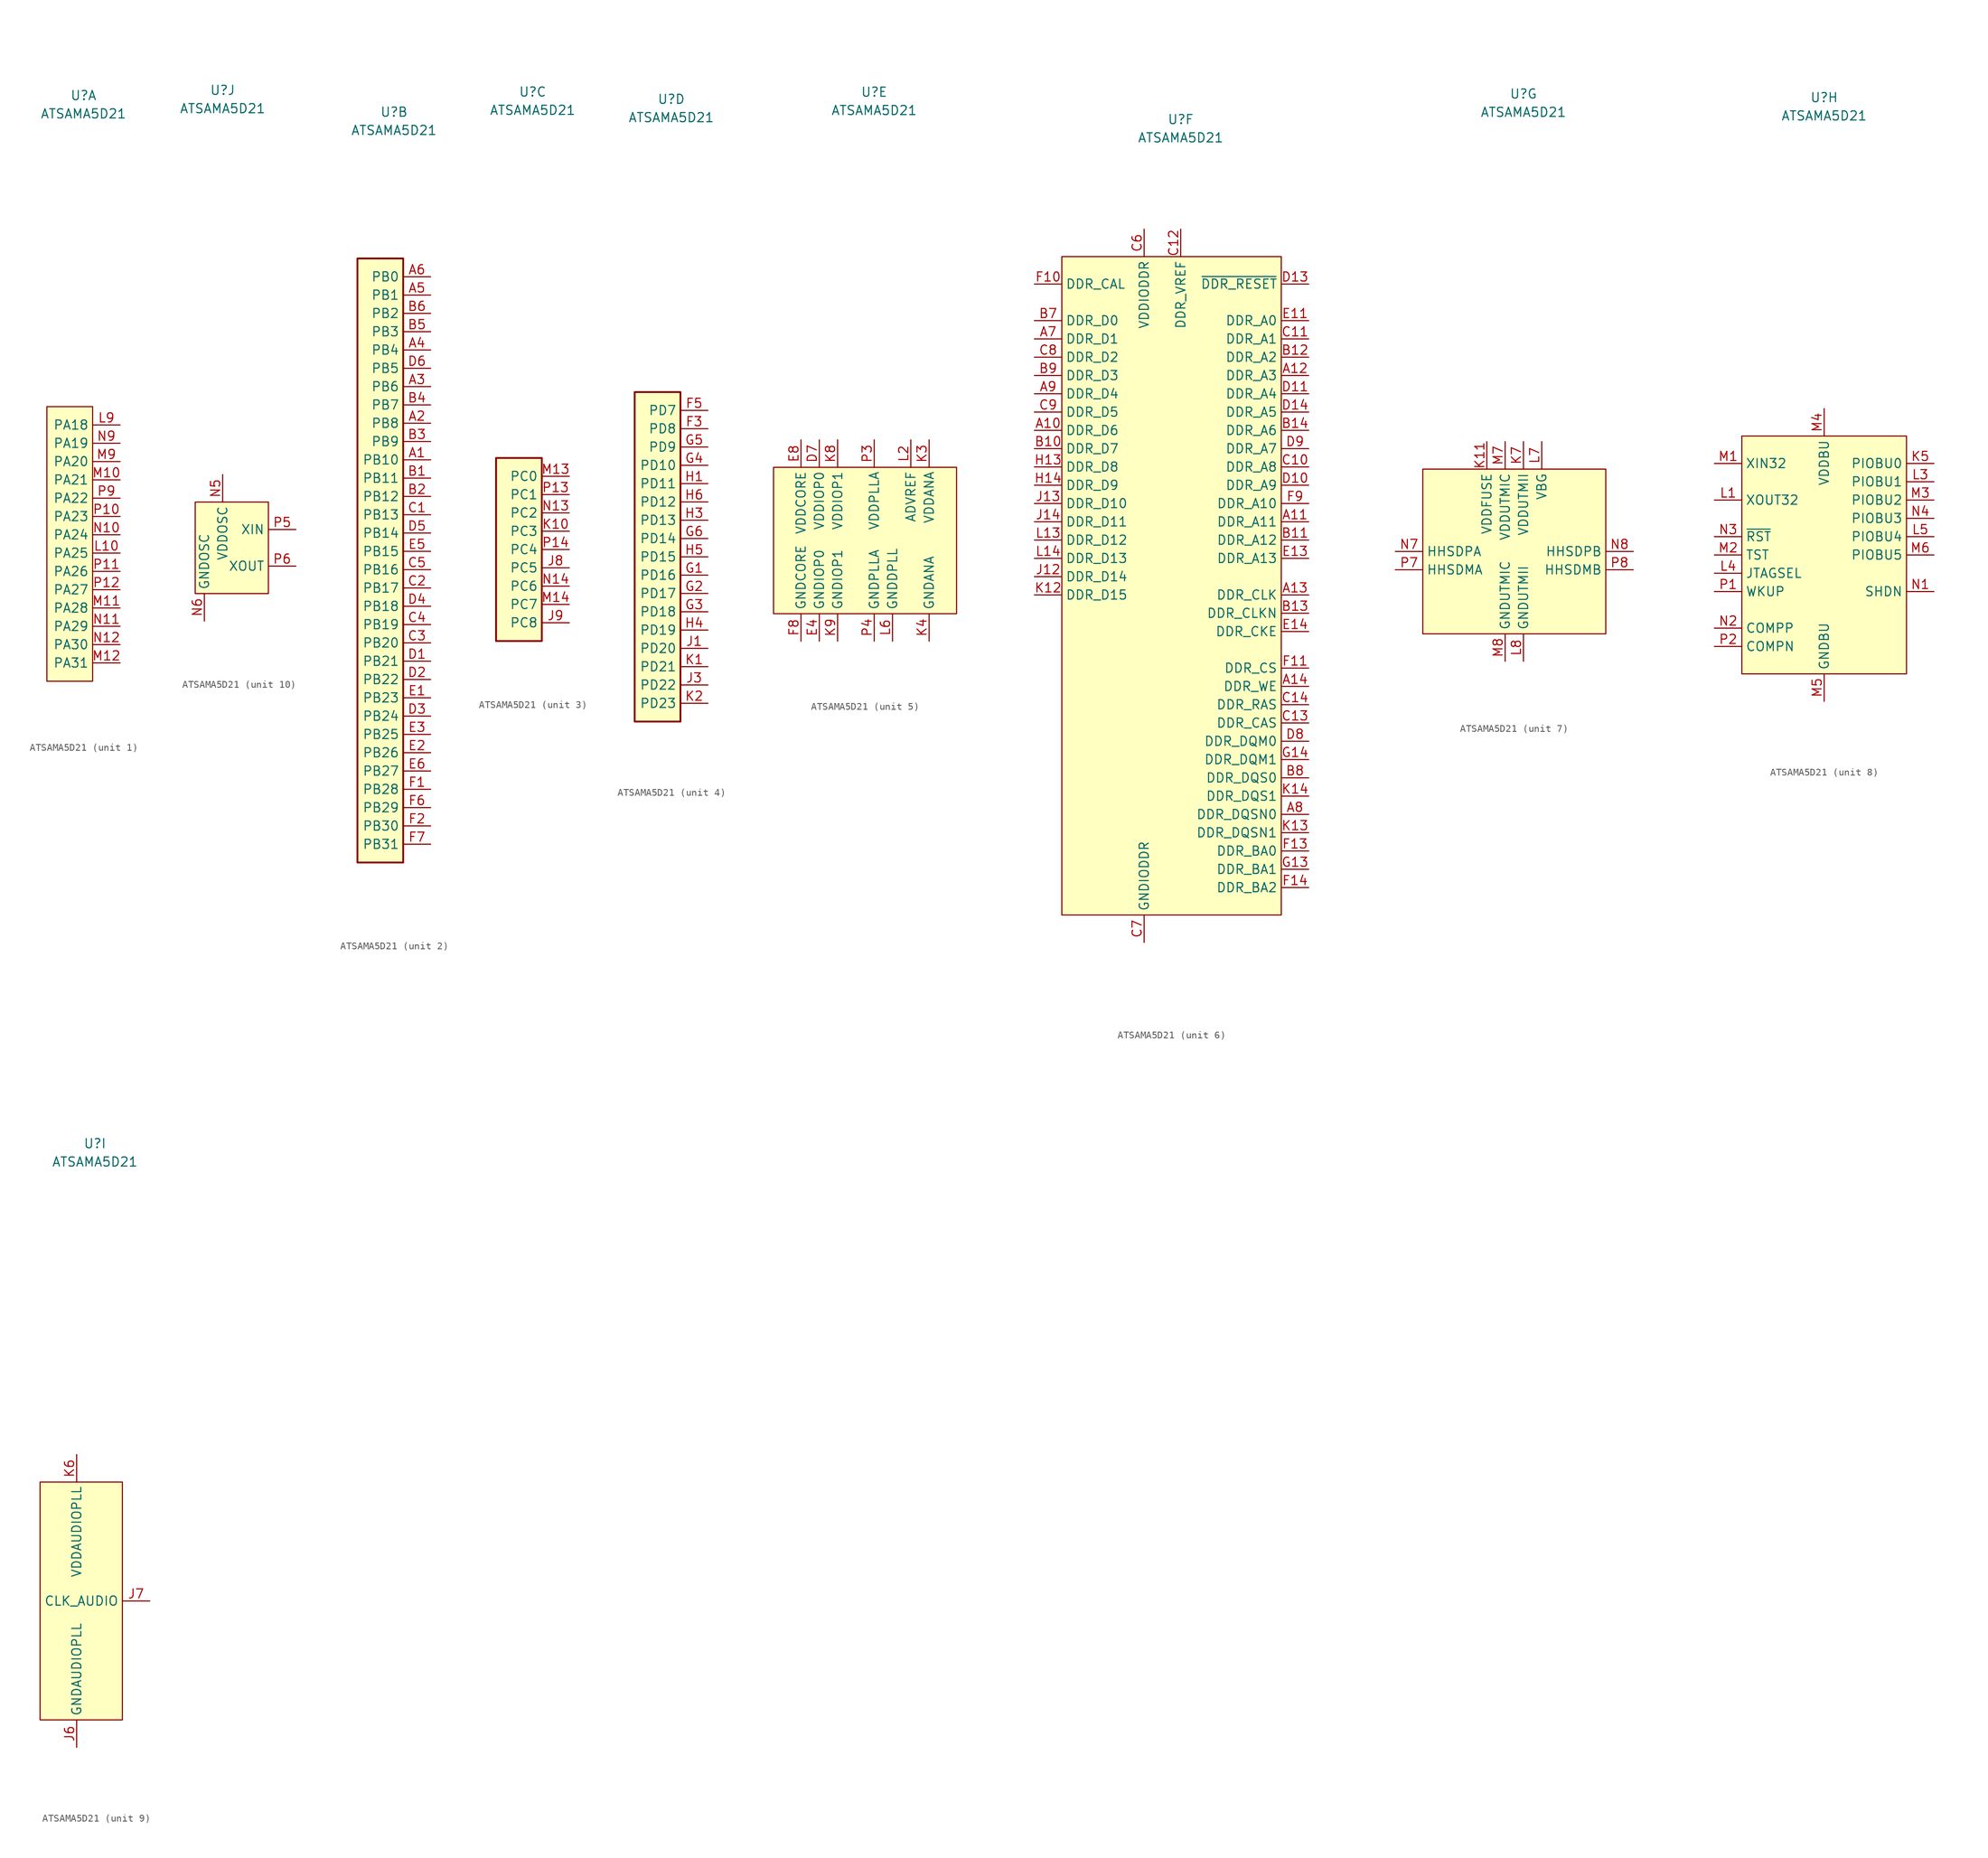
<source format=kicad_sym>
(kicad_symbol_lib
  (version 20201005)
  (generator kicad_symbol_editor)
  (symbol "MCU_Microchip_SAMA:ATSAMA5D21"
    (property "Reference" "U"
      (at 0 63.5 0)
      (effects (font (size 1.27 1.27))))
    (property "Value" "ATSAMA5D21"
      (at 0 60.96 0)
      (effects (font (size 1.27 1.27))))
    (property "ki_locked" ""
      (at 0 0 0)
      (effects (font (size 1.27 1.27))))
    (symbol "ATSAMA5D21_1_1"
      (rectangle (start 1.27 20.32) (end -5.08 -17.78) (stroke (width 0)) (fill (type background)))
      (pin bidirectional line (at 5.08 0 180) (length 3.81) (name "PA25" (effects (font (size 1.27 1.27)))) (number "L10" (effects (font (size 1.27 1.27)))))
      (pin bidirectional line (at 5.08 17.78 180) (length 3.81) (name "PA18" (effects (font (size 1.27 1.27)))) (number "L9" (effects (font (size 1.27 1.27)))))
      (pin bidirectional line (at 5.08 10.16 180) (length 3.81) (name "PA21" (effects (font (size 1.27 1.27)))) (number "M10" (effects (font (size 1.27 1.27)))))
      (pin bidirectional line (at 5.08 -7.62 180) (length 3.81) (name "PA28" (effects (font (size 1.27 1.27)))) (number "M11" (effects (font (size 1.27 1.27)))))
      (pin bidirectional line (at 5.08 -15.24 180) (length 3.81) (name "PA31" (effects (font (size 1.27 1.27)))) (number "M12" (effects (font (size 1.27 1.27)))))
      (pin bidirectional line (at 5.08 12.7 180) (length 3.81) (name "PA20" (effects (font (size 1.27 1.27)))) (number "M9" (effects (font (size 1.27 1.27)))))
      (pin bidirectional line (at 5.08 2.54 180) (length 3.81) (name "PA24" (effects (font (size 1.27 1.27)))) (number "N10" (effects (font (size 1.27 1.27)))))
      (pin bidirectional line (at 5.08 -10.16 180) (length 3.81) (name "PA29" (effects (font (size 1.27 1.27)))) (number "N11" (effects (font (size 1.27 1.27)))))
      (pin bidirectional line (at 5.08 -12.7 180) (length 3.81) (name "PA30" (effects (font (size 1.27 1.27)))) (number "N12" (effects (font (size 1.27 1.27)))))
      (pin bidirectional line (at 5.08 15.24 180) (length 3.81) (name "PA19" (effects (font (size 1.27 1.27)))) (number "N9" (effects (font (size 1.27 1.27)))))
      (pin bidirectional line (at 5.08 5.08 180) (length 3.81) (name "PA23" (effects (font (size 1.27 1.27)))) (number "P10" (effects (font (size 1.27 1.27)))))
      (pin bidirectional line (at 5.08 -2.54 180) (length 3.81) (name "PA26" (effects (font (size 1.27 1.27)))) (number "P11" (effects (font (size 1.27 1.27)))))
      (pin bidirectional line (at 5.08 -5.08 180) (length 3.81) (name "PA27" (effects (font (size 1.27 1.27)))) (number "P12" (effects (font (size 1.27 1.27)))))
      (pin bidirectional line (at 5.08 7.62 180) (length 3.81) (name "PA22" (effects (font (size 1.27 1.27)))) (number "P9" (effects (font (size 1.27 1.27))))))
    (symbol "ATSAMA5D21_2_1"
      (rectangle (start -5.08 43.18) (end 1.27 -40.64) (stroke (width 0.254)) (fill (type background)))
      (pin bidirectional line (at 5.08 15.24 180) (length 3.81) (name "PB10" (effects (font (size 1.27 1.27)))) (number "A1" (effects (font (size 1.27 1.27)))))
      (pin bidirectional line (at 5.08 20.32 180) (length 3.81) (name "PB8" (effects (font (size 1.27 1.27)))) (number "A2" (effects (font (size 1.27 1.27)))))
      (pin bidirectional line (at 5.08 25.4 180) (length 3.81) (name "PB6" (effects (font (size 1.27 1.27)))) (number "A3" (effects (font (size 1.27 1.27)))))
      (pin bidirectional line (at 5.08 30.48 180) (length 3.81) (name "PB4" (effects (font (size 1.27 1.27)))) (number "A4" (effects (font (size 1.27 1.27)))))
      (pin bidirectional line (at 5.08 38.1 180) (length 3.81) (name "PB1" (effects (font (size 1.27 1.27)))) (number "A5" (effects (font (size 1.27 1.27)))))
      (pin bidirectional line (at 5.08 40.64 180) (length 3.81) (name "PB0" (effects (font (size 1.27 1.27)))) (number "A6" (effects (font (size 1.27 1.27)))))
      (pin bidirectional line (at 5.08 12.7 180) (length 3.81) (name "PB11" (effects (font (size 1.27 1.27)))) (number "B1" (effects (font (size 1.27 1.27)))))
      (pin bidirectional line (at 5.08 10.16 180) (length 3.81) (name "PB12" (effects (font (size 1.27 1.27)))) (number "B2" (effects (font (size 1.27 1.27)))))
      (pin bidirectional line (at 5.08 17.78 180) (length 3.81) (name "PB9" (effects (font (size 1.27 1.27)))) (number "B3" (effects (font (size 1.27 1.27)))))
      (pin bidirectional line (at 5.08 22.86 180) (length 3.81) (name "PB7" (effects (font (size 1.27 1.27)))) (number "B4" (effects (font (size 1.27 1.27)))))
      (pin bidirectional line (at 5.08 33.02 180) (length 3.81) (name "PB3" (effects (font (size 1.27 1.27)))) (number "B5" (effects (font (size 1.27 1.27)))))
      (pin bidirectional line (at 5.08 35.56 180) (length 3.81) (name "PB2" (effects (font (size 1.27 1.27)))) (number "B6" (effects (font (size 1.27 1.27)))))
      (pin bidirectional line (at 5.08 7.62 180) (length 3.81) (name "PB13" (effects (font (size 1.27 1.27)))) (number "C1" (effects (font (size 1.27 1.27)))))
      (pin bidirectional line (at 5.08 -2.54 180) (length 3.81) (name "PB17" (effects (font (size 1.27 1.27)))) (number "C2" (effects (font (size 1.27 1.27)))))
      (pin bidirectional line (at 5.08 -10.16 180) (length 3.81) (name "PB20" (effects (font (size 1.27 1.27)))) (number "C3" (effects (font (size 1.27 1.27)))))
      (pin bidirectional line (at 5.08 -7.62 180) (length 3.81) (name "PB19" (effects (font (size 1.27 1.27)))) (number "C4" (effects (font (size 1.27 1.27)))))
      (pin bidirectional line (at 5.08 0 180) (length 3.81) (name "PB16" (effects (font (size 1.27 1.27)))) (number "C5" (effects (font (size 1.27 1.27)))))
      (pin bidirectional line (at 5.08 -12.7 180) (length 3.81) (name "PB21" (effects (font (size 1.27 1.27)))) (number "D1" (effects (font (size 1.27 1.27)))))
      (pin bidirectional line (at 5.08 -15.24 180) (length 3.81) (name "PB22" (effects (font (size 1.27 1.27)))) (number "D2" (effects (font (size 1.27 1.27)))))
      (pin bidirectional line (at 5.08 -20.32 180) (length 3.81) (name "PB24" (effects (font (size 1.27 1.27)))) (number "D3" (effects (font (size 1.27 1.27)))))
      (pin bidirectional line (at 5.08 -5.08 180) (length 3.81) (name "PB18" (effects (font (size 1.27 1.27)))) (number "D4" (effects (font (size 1.27 1.27)))))
      (pin bidirectional line (at 5.08 5.08 180) (length 3.81) (name "PB14" (effects (font (size 1.27 1.27)))) (number "D5" (effects (font (size 1.27 1.27)))))
      (pin bidirectional line (at 5.08 27.94 180) (length 3.81) (name "PB5" (effects (font (size 1.27 1.27)))) (number "D6" (effects (font (size 1.27 1.27)))))
      (pin bidirectional line (at 5.08 -17.78 180) (length 3.81) (name "PB23" (effects (font (size 1.27 1.27)))) (number "E1" (effects (font (size 1.27 1.27)))))
      (pin bidirectional line (at 5.08 -25.4 180) (length 3.81) (name "PB26" (effects (font (size 1.27 1.27)))) (number "E2" (effects (font (size 1.27 1.27)))))
      (pin bidirectional line (at 5.08 -22.86 180) (length 3.81) (name "PB25" (effects (font (size 1.27 1.27)))) (number "E3" (effects (font (size 1.27 1.27)))))
      (pin bidirectional line (at 5.08 2.54 180) (length 3.81) (name "PB15" (effects (font (size 1.27 1.27)))) (number "E5" (effects (font (size 1.27 1.27)))))
      (pin bidirectional line (at 5.08 -27.94 180) (length 3.81) (name "PB27" (effects (font (size 1.27 1.27)))) (number "E6" (effects (font (size 1.27 1.27)))))
      (pin bidirectional line (at 5.08 -30.48 180) (length 3.81) (name "PB28" (effects (font (size 1.27 1.27)))) (number "F1" (effects (font (size 1.27 1.27)))))
      (pin bidirectional line (at 5.08 -35.56 180) (length 3.81) (name "PB30" (effects (font (size 1.27 1.27)))) (number "F2" (effects (font (size 1.27 1.27)))))
      (pin bidirectional line (at 5.08 -33.02 180) (length 3.81) (name "PB29" (effects (font (size 1.27 1.27)))) (number "F6" (effects (font (size 1.27 1.27)))))
      (pin bidirectional line (at 5.08 -38.1 180) (length 3.81) (name "PB31" (effects (font (size 1.27 1.27)))) (number "F7" (effects (font (size 1.27 1.27))))))
    (symbol "ATSAMA5D21_3_1"
      (rectangle (start -5.08 -12.7) (end 1.27 12.7) (stroke (width 0.254)) (fill (type background)))
      (pin bidirectional line (at 5.08 -2.54 180) (length 3.81) (name "PC5" (effects (font (size 1.27 1.27)))) (number "J8" (effects (font (size 1.27 1.27)))))
      (pin bidirectional line (at 5.08 -10.16 180) (length 3.81) (name "PC8" (effects (font (size 1.27 1.27)))) (number "J9" (effects (font (size 1.27 1.27)))))
      (pin bidirectional line (at 5.08 2.54 180) (length 3.81) (name "PC3" (effects (font (size 1.27 1.27)))) (number "K10" (effects (font (size 1.27 1.27)))))
      (pin bidirectional line (at 5.08 10.16 180) (length 3.81) (name "PC0" (effects (font (size 1.27 1.27)))) (number "M13" (effects (font (size 1.27 1.27)))))
      (pin bidirectional line (at 5.08 -7.62 180) (length 3.81) (name "PC7" (effects (font (size 1.27 1.27)))) (number "M14" (effects (font (size 1.27 1.27)))))
      (pin bidirectional line (at 5.08 5.08 180) (length 3.81) (name "PC2" (effects (font (size 1.27 1.27)))) (number "N13" (effects (font (size 1.27 1.27)))))
      (pin bidirectional line (at 5.08 -5.08 180) (length 3.81) (name "PC6" (effects (font (size 1.27 1.27)))) (number "N14" (effects (font (size 1.27 1.27)))))
      (pin bidirectional line (at 5.08 7.62 180) (length 3.81) (name "PC1" (effects (font (size 1.27 1.27)))) (number "P13" (effects (font (size 1.27 1.27)))))
      (pin bidirectional line (at 5.08 0 180) (length 3.81) (name "PC4" (effects (font (size 1.27 1.27)))) (number "P14" (effects (font (size 1.27 1.27))))))
    (symbol "ATSAMA5D21_4_1"
      (rectangle (start -5.08 22.86) (end 1.27 -22.86) (stroke (width 0.254)) (fill (type background)))
      (pin bidirectional line (at 5.08 17.78 180) (length 3.81) (name "PD8" (effects (font (size 1.27 1.27)))) (number "F3" (effects (font (size 1.27 1.27)))))
      (pin bidirectional line (at 5.08 20.32 180) (length 3.81) (name "PD7" (effects (font (size 1.27 1.27)))) (number "F5" (effects (font (size 1.27 1.27)))))
      (pin bidirectional line (at 5.08 -2.54 180) (length 3.81) (name "PD16" (effects (font (size 1.27 1.27)))) (number "G1" (effects (font (size 1.27 1.27)))))
      (pin bidirectional line (at 5.08 -5.08 180) (length 3.81) (name "PD17" (effects (font (size 1.27 1.27)))) (number "G2" (effects (font (size 1.27 1.27)))))
      (pin bidirectional line (at 5.08 -7.62 180) (length 3.81) (name "PD18" (effects (font (size 1.27 1.27)))) (number "G3" (effects (font (size 1.27 1.27)))))
      (pin bidirectional line (at 5.08 12.7 180) (length 3.81) (name "PD10" (effects (font (size 1.27 1.27)))) (number "G4" (effects (font (size 1.27 1.27)))))
      (pin bidirectional line (at 5.08 15.24 180) (length 3.81) (name "PD9" (effects (font (size 1.27 1.27)))) (number "G5" (effects (font (size 1.27 1.27)))))
      (pin bidirectional line (at 5.08 2.54 180) (length 3.81) (name "PD14" (effects (font (size 1.27 1.27)))) (number "G6" (effects (font (size 1.27 1.27)))))
      (pin bidirectional line (at 5.08 10.16 180) (length 3.81) (name "PD11" (effects (font (size 1.27 1.27)))) (number "H1" (effects (font (size 1.27 1.27)))))
      (pin bidirectional line (at 5.08 5.08 180) (length 3.81) (name "PD13" (effects (font (size 1.27 1.27)))) (number "H3" (effects (font (size 1.27 1.27)))))
      (pin bidirectional line (at 5.08 -10.16 180) (length 3.81) (name "PD19" (effects (font (size 1.27 1.27)))) (number "H4" (effects (font (size 1.27 1.27)))))
      (pin bidirectional line (at 5.08 0 180) (length 3.81) (name "PD15" (effects (font (size 1.27 1.27)))) (number "H5" (effects (font (size 1.27 1.27)))))
      (pin bidirectional line (at 5.08 7.62 180) (length 3.81) (name "PD12" (effects (font (size 1.27 1.27)))) (number "H6" (effects (font (size 1.27 1.27)))))
      (pin bidirectional line (at 5.08 -12.7 180) (length 3.81) (name "PD20" (effects (font (size 1.27 1.27)))) (number "J1" (effects (font (size 1.27 1.27)))))
      (pin bidirectional line (at 5.08 -17.78 180) (length 3.81) (name "PD22" (effects (font (size 1.27 1.27)))) (number "J3" (effects (font (size 1.27 1.27)))))
      (pin bidirectional line (at 5.08 -15.24 180) (length 3.81) (name "PD21" (effects (font (size 1.27 1.27)))) (number "K1" (effects (font (size 1.27 1.27)))))
      (pin bidirectional line (at 5.08 -20.32 180) (length 3.81) (name "PD23" (effects (font (size 1.27 1.27)))) (number "K2" (effects (font (size 1.27 1.27))))))
    (symbol "ATSAMA5D21_5_1"
      (rectangle (start -13.97 11.43) (end 11.43 -8.89) (stroke (width 0)) (fill (type background)))
      (pin power_in line (at -7.62 15.24 270) (length 3.81) (name "VDDIOP0" (effects (font (size 1.27 1.27)))) (number "D7" (effects (font (size 1.27 1.27)))))
      (pin power_in line (at -7.62 -12.7 90) (length 3.81) (name "GNDIOP0" (effects (font (size 1.27 1.27)))) (number "E4" (effects (font (size 1.27 1.27)))))
      (pin passive line (at -7.62 -12.7 90) (length 3.81) hide (name "GNDIOP0" (effects (font (size 1.27 1.27)))) (number "E7" (effects (font (size 1.27 1.27)))))
      (pin power_in line (at -10.16 15.24 270) (length 3.81) (name "VDDCORE" (effects (font (size 1.27 1.27)))) (number "E8" (effects (font (size 1.27 1.27)))))
      (pin passive line (at -7.62 15.24 270) (length 3.81) hide (name "VDDIOP0" (effects (font (size 1.27 1.27)))) (number "F4" (effects (font (size 1.27 1.27)))))
      (pin power_in line (at -10.16 -12.7 90) (length 3.81) (name "GNDCORE" (effects (font (size 1.27 1.27)))) (number "F8" (effects (font (size 1.27 1.27)))))
      (pin passive line (at -10.16 -12.7 90) (length 3.81) hide (name "GNDCORE" (effects (font (size 1.27 1.27)))) (number "G7" (effects (font (size 1.27 1.27)))))
      (pin passive line (at -10.16 15.24 270) (length 3.81) hide (name "VDDCORE" (effects (font (size 1.27 1.27)))) (number "G8" (effects (font (size 1.27 1.27)))))
      (pin passive line (at -10.16 -12.7 90) (length 3.81) hide (name "GNDCORE" (effects (font (size 1.27 1.27)))) (number "G9" (effects (font (size 1.27 1.27)))))
      (pin passive line (at 7.62 15.24 270) (length 3.81) hide (name "VDDANA" (effects (font (size 1.27 1.27)))) (number "H2" (effects (font (size 1.27 1.27)))))
      (pin passive line (at -10.16 -12.7 90) (length 3.81) hide (name "GNDCORE" (effects (font (size 1.27 1.27)))) (number "H7" (effects (font (size 1.27 1.27)))))
      (pin passive line (at -10.16 15.24 270) (length 3.81) hide (name "VDDCORE" (effects (font (size 1.27 1.27)))) (number "H8" (effects (font (size 1.27 1.27)))))
      (pin passive line (at -10.16 15.24 270) (length 3.81) hide (name "VDDCORE" (effects (font (size 1.27 1.27)))) (number "H9" (effects (font (size 1.27 1.27)))))
      (pin passive line (at 7.62 -12.7 90) (length 3.81) hide (name "GNDANA" (effects (font (size 1.27 1.27)))) (number "J2" (effects (font (size 1.27 1.27)))))
      (pin passive line (at -10.16 -12.7 90) (length 3.81) hide (name "GNDCORE" (effects (font (size 1.27 1.27)))) (number "J4" (effects (font (size 1.27 1.27)))))
      (pin passive line (at -10.16 15.24 270) (length 3.81) hide (name "VDDCORE" (effects (font (size 1.27 1.27)))) (number "J5" (effects (font (size 1.27 1.27)))))
      (pin power_in line (at 7.62 15.24 270) (length 3.81) (name "VDDANA" (effects (font (size 1.27 1.27)))) (number "K3" (effects (font (size 1.27 1.27)))))
      (pin power_in line (at 7.62 -12.7 90) (length 3.81) (name "GNDANA" (effects (font (size 1.27 1.27)))) (number "K4" (effects (font (size 1.27 1.27)))))
      (pin power_in line (at -5.08 15.24 270) (length 3.81) (name "VDDIOP1" (effects (font (size 1.27 1.27)))) (number "K8" (effects (font (size 1.27 1.27)))))
      (pin power_in line (at -5.08 -12.7 90) (length 3.81) (name "GNDIOP1" (effects (font (size 1.27 1.27)))) (number "K9" (effects (font (size 1.27 1.27)))))
      (pin passive line (at -5.08 15.24 270) (length 3.81) hide (name "VDDIOP1" (effects (font (size 1.27 1.27)))) (number "L11" (effects (font (size 1.27 1.27)))))
      (pin passive line (at -5.08 -12.7 90) (length 3.81) hide (name "GNDIOP1" (effects (font (size 1.27 1.27)))) (number "L12" (effects (font (size 1.27 1.27)))))
      (pin power_in line (at 5.08 15.24 270) (length 3.81) (name "ADVREF" (effects (font (size 1.27 1.27)))) (number "L2" (effects (font (size 1.27 1.27)))))
      (pin power_in line (at 2.54 -12.7 90) (length 3.81) (name "GNDDPLL" (effects (font (size 1.27 1.27)))) (number "L6" (effects (font (size 1.27 1.27)))))
      (pin power_in line (at 0 15.24 270) (length 3.81) (name "VDDPLLA" (effects (font (size 1.27 1.27)))) (number "P3" (effects (font (size 1.27 1.27)))))
      (pin power_in line (at 0 -12.7 90) (length 3.81) (name "GNDPLLA" (effects (font (size 1.27 1.27)))) (number "P4" (effects (font (size 1.27 1.27))))))
    (symbol "ATSAMA5D21_6_1"
      (rectangle (start -16.51 44.45) (end 13.97 -46.99) (stroke (width 0)) (fill (type background)))
      (pin bidirectional line (at -20.32 20.32 0) (length 3.81) (name "DDR_D6" (effects (font (size 1.27 1.27)))) (number "A10" (effects (font (size 1.27 1.27)))))
      (pin output line (at 17.78 7.62 180) (length 3.81) (name "DDR_A11" (effects (font (size 1.27 1.27)))) (number "A11" (effects (font (size 1.27 1.27)))))
      (pin output line (at 17.78 27.94 180) (length 3.81) (name "DDR_A3" (effects (font (size 1.27 1.27)))) (number "A12" (effects (font (size 1.27 1.27)))))
      (pin output line (at 17.78 -2.54 180) (length 3.81) (name "DDR_CLK" (effects (font (size 1.27 1.27)))) (number "A13" (effects (font (size 1.27 1.27)))))
      (pin output line (at 17.78 -15.24 180) (length 3.81) (name "DDR_WE" (effects (font (size 1.27 1.27)))) (number "A14" (effects (font (size 1.27 1.27)))))
      (pin bidirectional line (at -20.32 33.02 0) (length 3.81) (name "DDR_D1" (effects (font (size 1.27 1.27)))) (number "A7" (effects (font (size 1.27 1.27)))))
      (pin output line (at 17.78 -33.02 180) (length 3.81) (name "DDR_DQSN0" (effects (font (size 1.27 1.27)))) (number "A8" (effects (font (size 1.27 1.27)))))
      (pin bidirectional line (at -20.32 25.4 0) (length 3.81) (name "DDR_D4" (effects (font (size 1.27 1.27)))) (number "A9" (effects (font (size 1.27 1.27)))))
      (pin bidirectional line (at -20.32 17.78 0) (length 3.81) (name "DDR_D7" (effects (font (size 1.27 1.27)))) (number "B10" (effects (font (size 1.27 1.27)))))
      (pin output line (at 17.78 5.08 180) (length 3.81) (name "DDR_A12" (effects (font (size 1.27 1.27)))) (number "B11" (effects (font (size 1.27 1.27)))))
      (pin output line (at 17.78 30.48 180) (length 3.81) (name "DDR_A2" (effects (font (size 1.27 1.27)))) (number "B12" (effects (font (size 1.27 1.27)))))
      (pin output line (at 17.78 -5.08 180) (length 3.81) (name "DDR_CLKN" (effects (font (size 1.27 1.27)))) (number "B13" (effects (font (size 1.27 1.27)))))
      (pin output line (at 17.78 20.32 180) (length 3.81) (name "DDR_A6" (effects (font (size 1.27 1.27)))) (number "B14" (effects (font (size 1.27 1.27)))))
      (pin bidirectional line (at -20.32 35.56 0) (length 3.81) (name "DDR_D0" (effects (font (size 1.27 1.27)))) (number "B7" (effects (font (size 1.27 1.27)))))
      (pin output line (at 17.78 -27.94 180) (length 3.81) (name "DDR_DQS0" (effects (font (size 1.27 1.27)))) (number "B8" (effects (font (size 1.27 1.27)))))
      (pin bidirectional line (at -20.32 27.94 0) (length 3.81) (name "DDR_D3" (effects (font (size 1.27 1.27)))) (number "B9" (effects (font (size 1.27 1.27)))))
      (pin output line (at 17.78 15.24 180) (length 3.81) (name "DDR_A8" (effects (font (size 1.27 1.27)))) (number "C10" (effects (font (size 1.27 1.27)))))
      (pin output line (at 17.78 33.02 180) (length 3.81) (name "DDR_A1" (effects (font (size 1.27 1.27)))) (number "C11" (effects (font (size 1.27 1.27)))))
      (pin power_in line (at 0 48.26 270) (length 3.81) (name "DDR_VREF" (effects (font (size 1.27 1.27)))) (number "C12" (effects (font (size 1.27 1.27)))))
      (pin output line (at 17.78 -20.32 180) (length 3.81) (name "DDR_CAS" (effects (font (size 1.27 1.27)))) (number "C13" (effects (font (size 1.27 1.27)))))
      (pin output line (at 17.78 -17.78 180) (length 3.81) (name "DDR_RAS" (effects (font (size 1.27 1.27)))) (number "C14" (effects (font (size 1.27 1.27)))))
      (pin power_in line (at -5.08 48.26 270) (length 3.81) (name "VDDIODDR" (effects (font (size 1.27 1.27)))) (number "C6" (effects (font (size 1.27 1.27)))))
      (pin power_in line (at -5.08 -50.8 90) (length 3.81) (name "GNDIODDR" (effects (font (size 1.27 1.27)))) (number "C7" (effects (font (size 1.27 1.27)))))
      (pin bidirectional line (at -20.32 30.48 0) (length 3.81) (name "DDR_D2" (effects (font (size 1.27 1.27)))) (number "C8" (effects (font (size 1.27 1.27)))))
      (pin bidirectional line (at -20.32 22.86 0) (length 3.81) (name "DDR_D5" (effects (font (size 1.27 1.27)))) (number "C9" (effects (font (size 1.27 1.27)))))
      (pin output line (at 17.78 12.7 180) (length 3.81) (name "DDR_A9" (effects (font (size 1.27 1.27)))) (number "D10" (effects (font (size 1.27 1.27)))))
      (pin output line (at 17.78 25.4 180) (length 3.81) (name "DDR_A4" (effects (font (size 1.27 1.27)))) (number "D11" (effects (font (size 1.27 1.27)))))
      (pin passive line (at -5.08 -50.8 90) (length 3.81) hide (name "GNDIODDR" (effects (font (size 1.27 1.27)))) (number "D12" (effects (font (size 1.27 1.27)))))
      (pin output line (at 17.78 40.64 180) (length 3.81) (name "~DDR_RESET" (effects (font (size 1.27 1.27)))) (number "D13" (effects (font (size 1.27 1.27)))))
      (pin output line (at 17.78 22.86 180) (length 3.81) (name "DDR_A5" (effects (font (size 1.27 1.27)))) (number "D14" (effects (font (size 1.27 1.27)))))
      (pin output line (at 17.78 -22.86 180) (length 3.81) (name "DDR_DQM0" (effects (font (size 1.27 1.27)))) (number "D8" (effects (font (size 1.27 1.27)))))
      (pin output line (at 17.78 17.78 180) (length 3.81) (name "DDR_A7" (effects (font (size 1.27 1.27)))) (number "D9" (effects (font (size 1.27 1.27)))))
      (pin passive line (at -5.08 48.26 270) (length 3.81) hide (name "VDDIODDR" (effects (font (size 1.27 1.27)))) (number "E10" (effects (font (size 1.27 1.27)))))
      (pin output line (at 17.78 35.56 180) (length 3.81) (name "DDR_A0" (effects (font (size 1.27 1.27)))) (number "E11" (effects (font (size 1.27 1.27)))))
      (pin passive line (at -5.08 48.26 270) (length 3.81) hide (name "VDDIODDR" (effects (font (size 1.27 1.27)))) (number "E12" (effects (font (size 1.27 1.27)))))
      (pin output line (at 17.78 2.54 180) (length 3.81) (name "DDR_A13" (effects (font (size 1.27 1.27)))) (number "E13" (effects (font (size 1.27 1.27)))))
      (pin output line (at 17.78 -7.62 180) (length 3.81) (name "DDR_CKE" (effects (font (size 1.27 1.27)))) (number "E14" (effects (font (size 1.27 1.27)))))
      (pin passive line (at -5.08 -50.8 90) (length 3.81) hide (name "GNDIODDR" (effects (font (size 1.27 1.27)))) (number "E9" (effects (font (size 1.27 1.27)))))
      (pin input line (at -20.32 40.64 0) (length 3.81) (name "DDR_CAL" (effects (font (size 1.27 1.27)))) (number "F10" (effects (font (size 1.27 1.27)))))
      (pin output line (at 17.78 -12.7 180) (length 3.81) (name "DDR_CS" (effects (font (size 1.27 1.27)))) (number "F11" (effects (font (size 1.27 1.27)))))
      (pin passive line (at -5.08 -50.8 90) (length 3.81) hide (name "GNDIODDR" (effects (font (size 1.27 1.27)))) (number "F12" (effects (font (size 1.27 1.27)))))
      (pin output line (at 17.78 -38.1 180) (length 3.81) (name "DDR_BA0" (effects (font (size 1.27 1.27)))) (number "F13" (effects (font (size 1.27 1.27)))))
      (pin output line (at 17.78 -43.18 180) (length 3.81) (name "DDR_BA2" (effects (font (size 1.27 1.27)))) (number "F14" (effects (font (size 1.27 1.27)))))
      (pin output line (at 17.78 10.16 180) (length 3.81) (name "DDR_A10" (effects (font (size 1.27 1.27)))) (number "F9" (effects (font (size 1.27 1.27)))))
      (pin passive line (at -5.08 48.26 270) (length 3.81) hide (name "VDDIODDR" (effects (font (size 1.27 1.27)))) (number "G10" (effects (font (size 1.27 1.27)))))
      (pin passive line (at -5.08 -50.8 90) (length 3.81) hide (name "GNDIODDR" (effects (font (size 1.27 1.27)))) (number "G11" (effects (font (size 1.27 1.27)))))
      (pin passive line (at -5.08 48.26 270) (length 3.81) hide (name "VDDIODDR" (effects (font (size 1.27 1.27)))) (number "G12" (effects (font (size 1.27 1.27)))))
      (pin output line (at 17.78 -40.64 180) (length 3.81) (name "DDR_BA1" (effects (font (size 1.27 1.27)))) (number "G13" (effects (font (size 1.27 1.27)))))
      (pin output line (at 17.78 -25.4 180) (length 3.81) (name "DDR_DQM1" (effects (font (size 1.27 1.27)))) (number "G14" (effects (font (size 1.27 1.27)))))
      (pin passive line (at -5.08 -50.8 90) (length 3.81) hide (name "GNDIODDR" (effects (font (size 1.27 1.27)))) (number "H10" (effects (font (size 1.27 1.27)))))
      (pin passive line (at -5.08 48.26 270) (length 3.81) hide (name "VDDIODDR" (effects (font (size 1.27 1.27)))) (number "H11" (effects (font (size 1.27 1.27)))))
      (pin passive line (at 0 48.26 270) (length 3.81) hide (name "DDR_VREF" (effects (font (size 1.27 1.27)))) (number "H12" (effects (font (size 1.27 1.27)))))
      (pin bidirectional line (at -20.32 15.24 0) (length 3.81) (name "DDR_D8" (effects (font (size 1.27 1.27)))) (number "H13" (effects (font (size 1.27 1.27)))))
      (pin bidirectional line (at -20.32 12.7 0) (length 3.81) (name "DDR_D9" (effects (font (size 1.27 1.27)))) (number "H14" (effects (font (size 1.27 1.27)))))
      (pin passive line (at -5.08 48.26 270) (length 3.81) hide (name "VDDIODDR" (effects (font (size 1.27 1.27)))) (number "J10" (effects (font (size 1.27 1.27)))))
      (pin passive line (at -5.08 -50.8 90) (length 3.81) hide (name "GNDIODDR" (effects (font (size 1.27 1.27)))) (number "J11" (effects (font (size 1.27 1.27)))))
      (pin bidirectional line (at -20.32 0 0) (length 3.81) (name "DDR_D14" (effects (font (size 1.27 1.27)))) (number "J12" (effects (font (size 1.27 1.27)))))
      (pin bidirectional line (at -20.32 10.16 0) (length 3.81) (name "DDR_D10" (effects (font (size 1.27 1.27)))) (number "J13" (effects (font (size 1.27 1.27)))))
      (pin bidirectional line (at -20.32 7.62 0) (length 3.81) (name "DDR_D11" (effects (font (size 1.27 1.27)))) (number "J14" (effects (font (size 1.27 1.27)))))
      (pin bidirectional line (at -20.32 -2.54 0) (length 3.81) (name "DDR_D15" (effects (font (size 1.27 1.27)))) (number "K12" (effects (font (size 1.27 1.27)))))
      (pin output line (at 17.78 -35.56 180) (length 3.81) (name "DDR_DQSN1" (effects (font (size 1.27 1.27)))) (number "K13" (effects (font (size 1.27 1.27)))))
      (pin output line (at 17.78 -30.48 180) (length 3.81) (name "DDR_DQS1" (effects (font (size 1.27 1.27)))) (number "K14" (effects (font (size 1.27 1.27)))))
      (pin bidirectional line (at -20.32 5.08 0) (length 3.81) (name "DDR_D12" (effects (font (size 1.27 1.27)))) (number "L13" (effects (font (size 1.27 1.27)))))
      (pin bidirectional line (at -20.32 2.54 0) (length 3.81) (name "DDR_D13" (effects (font (size 1.27 1.27)))) (number "L14" (effects (font (size 1.27 1.27))))))
    (symbol "ATSAMA5D21_7_1"
      (rectangle (start -13.97 11.43) (end 11.43 -11.43) (stroke (width 0)) (fill (type background)))
      (pin power_in line (at -5.08 15.24 270) (length 3.81) (name "VDDFUSE" (effects (font (size 1.27 1.27)))) (number "K11" (effects (font (size 1.27 1.27)))))
      (pin power_in line (at 0 15.24 270) (length 3.81) (name "VDDUTMII" (effects (font (size 1.27 1.27)))) (number "K7" (effects (font (size 1.27 1.27)))))
      (pin power_in line (at 2.54 15.24 270) (length 3.81) (name "VBG" (effects (font (size 1.27 1.27)))) (number "L7" (effects (font (size 1.27 1.27)))))
      (pin power_in line (at 0 -15.24 90) (length 3.81) (name "GNDUTMII" (effects (font (size 1.27 1.27)))) (number "L8" (effects (font (size 1.27 1.27)))))
      (pin power_in line (at -2.54 15.24 270) (length 3.81) (name "VDDUTMIC" (effects (font (size 1.27 1.27)))) (number "M7" (effects (font (size 1.27 1.27)))))
      (pin power_in line (at -2.54 -15.24 90) (length 3.81) (name "GNDUTMIC" (effects (font (size 1.27 1.27)))) (number "M8" (effects (font (size 1.27 1.27)))))
      (pin bidirectional line (at -17.78 0 0) (length 3.81) (name "HHSDPA" (effects (font (size 1.27 1.27)))) (number "N7" (effects (font (size 1.27 1.27)))))
      (pin bidirectional line (at 15.24 0 180) (length 3.81) (name "HHSDPB" (effects (font (size 1.27 1.27)))) (number "N8" (effects (font (size 1.27 1.27)))))
      (pin bidirectional line (at -17.78 -2.54 0) (length 3.81) (name "HHSDMA" (effects (font (size 1.27 1.27)))) (number "P7" (effects (font (size 1.27 1.27)))))
      (pin bidirectional line (at 15.24 -2.54 180) (length 3.81) (name "HHSDMB" (effects (font (size 1.27 1.27)))) (number "P8" (effects (font (size 1.27 1.27))))))
    (symbol "ATSAMA5D21_8_1"
      (rectangle (start -11.43 16.51) (end 11.43 -16.51) (stroke (width 0)) (fill (type background)))
      (pin bidirectional line (at 15.24 12.7 180) (length 3.81) (name "PIOBU0" (effects (font (size 1.27 1.27)))) (number "K5" (effects (font (size 1.27 1.27)))))
      (pin output line (at -15.24 7.62 0) (length 3.81) (name "XOUT32" (effects (font (size 1.27 1.27)))) (number "L1" (effects (font (size 1.27 1.27)))))
      (pin bidirectional line (at 15.24 10.16 180) (length 3.81) (name "PIOBU1" (effects (font (size 1.27 1.27)))) (number "L3" (effects (font (size 1.27 1.27)))))
      (pin input line (at -15.24 -2.54 0) (length 3.81) (name "JTAGSEL" (effects (font (size 1.27 1.27)))) (number "L4" (effects (font (size 1.27 1.27)))))
      (pin bidirectional line (at 15.24 2.54 180) (length 3.81) (name "PIOBU4" (effects (font (size 1.27 1.27)))) (number "L5" (effects (font (size 1.27 1.27)))))
      (pin input line (at -15.24 12.7 0) (length 3.81) (name "XIN32" (effects (font (size 1.27 1.27)))) (number "M1" (effects (font (size 1.27 1.27)))))
      (pin input line (at -15.24 0 0) (length 3.81) (name "TST" (effects (font (size 1.27 1.27)))) (number "M2" (effects (font (size 1.27 1.27)))))
      (pin bidirectional line (at 15.24 7.62 180) (length 3.81) (name "PIOBU2" (effects (font (size 1.27 1.27)))) (number "M3" (effects (font (size 1.27 1.27)))))
      (pin power_in line (at 0 20.32 270) (length 3.81) (name "VDDBU" (effects (font (size 1.27 1.27)))) (number "M4" (effects (font (size 1.27 1.27)))))
      (pin power_in line (at 0 -20.32 90) (length 3.81) (name "GNDBU" (effects (font (size 1.27 1.27)))) (number "M5" (effects (font (size 1.27 1.27)))))
      (pin bidirectional line (at 15.24 0 180) (length 3.81) (name "PIOBU5" (effects (font (size 1.27 1.27)))) (number "M6" (effects (font (size 1.27 1.27)))))
      (pin output line (at 15.24 -5.08 180) (length 3.81) (name "SHDN" (effects (font (size 1.27 1.27)))) (number "N1" (effects (font (size 1.27 1.27)))))
      (pin input line (at -15.24 -10.16 0) (length 3.81) (name "COMPP" (effects (font (size 1.27 1.27)))) (number "N2" (effects (font (size 1.27 1.27)))))
      (pin input line (at -15.24 2.54 0) (length 3.81) (name "~RST" (effects (font (size 1.27 1.27)))) (number "N3" (effects (font (size 1.27 1.27)))))
      (pin bidirectional line (at 15.24 5.08 180) (length 3.81) (name "PIOBU3" (effects (font (size 1.27 1.27)))) (number "N4" (effects (font (size 1.27 1.27)))))
      (pin input line (at -15.24 -5.08 0) (length 3.81) (name "WKUP" (effects (font (size 1.27 1.27)))) (number "P1" (effects (font (size 1.27 1.27)))))
      (pin input line (at -15.24 -12.7 0) (length 3.81) (name "COMPN" (effects (font (size 1.27 1.27)))) (number "P2" (effects (font (size 1.27 1.27))))))
    (symbol "ATSAMA5D21_9_1"
      (rectangle (start -7.62 16.51) (end 3.81 -16.51) (stroke (width 0)) (fill (type background)))
      (pin power_in line (at -2.54 -20.32 90) (length 3.81) (name "GNDAUDIOPLL" (effects (font (size 1.27 1.27)))) (number "J6" (effects (font (size 1.27 1.27)))))
      (pin output line (at 7.62 0 180) (length 3.81) (name "CLK_AUDIO" (effects (font (size 1.27 1.27)))) (number "J7" (effects (font (size 1.27 1.27)))))
      (pin power_in line (at -2.54 20.32 270) (length 3.81) (name "VDDAUDIOPLL" (effects (font (size 1.27 1.27)))) (number "K6" (effects (font (size 1.27 1.27))))))
    (symbol "ATSAMA5D21_10_1"
      (rectangle (start -3.81 6.35) (end 6.35 -6.35) (stroke (width 0)) (fill (type background)))
      (pin power_in line (at 0 10.16 270) (length 3.81) (name "VDDOSC" (effects (font (size 1.27 1.27)))) (number "N5" (effects (font (size 1.27 1.27)))))
      (pin power_in line (at -2.54 -10.16 90) (length 3.81) (name "GNDOSC" (effects (font (size 1.27 1.27)))) (number "N6" (effects (font (size 1.27 1.27)))))
      (pin input line (at 10.16 2.54 180) (length 3.81) (name "XIN" (effects (font (size 1.27 1.27)))) (number "P5" (effects (font (size 1.27 1.27)))))
      (pin output line (at 10.16 -2.54 180) (length 3.81) (name "XOUT" (effects (font (size 1.27 1.27)))) (number "P6" (effects (font (size 1.27 1.27))))))))
</source>
